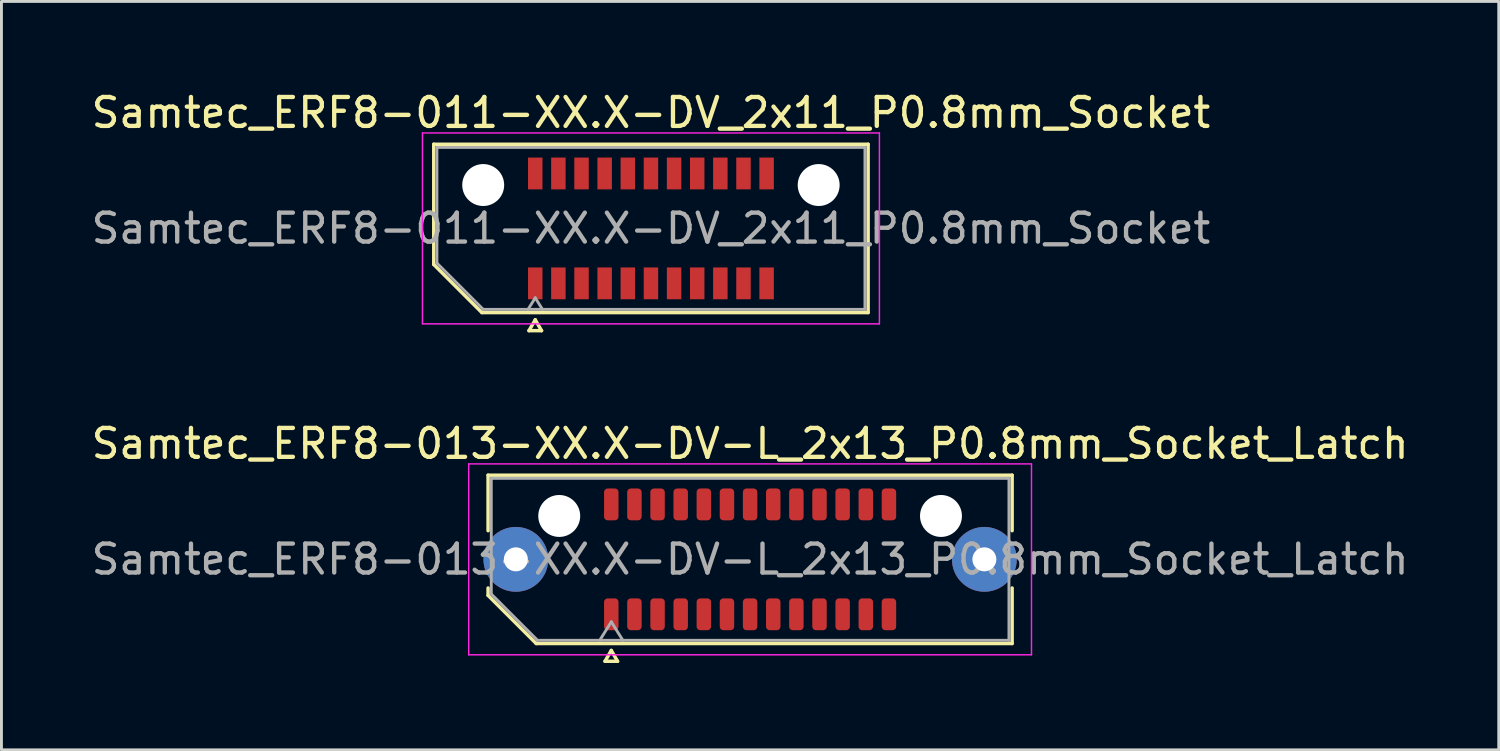
<source format=kicad_pcb>
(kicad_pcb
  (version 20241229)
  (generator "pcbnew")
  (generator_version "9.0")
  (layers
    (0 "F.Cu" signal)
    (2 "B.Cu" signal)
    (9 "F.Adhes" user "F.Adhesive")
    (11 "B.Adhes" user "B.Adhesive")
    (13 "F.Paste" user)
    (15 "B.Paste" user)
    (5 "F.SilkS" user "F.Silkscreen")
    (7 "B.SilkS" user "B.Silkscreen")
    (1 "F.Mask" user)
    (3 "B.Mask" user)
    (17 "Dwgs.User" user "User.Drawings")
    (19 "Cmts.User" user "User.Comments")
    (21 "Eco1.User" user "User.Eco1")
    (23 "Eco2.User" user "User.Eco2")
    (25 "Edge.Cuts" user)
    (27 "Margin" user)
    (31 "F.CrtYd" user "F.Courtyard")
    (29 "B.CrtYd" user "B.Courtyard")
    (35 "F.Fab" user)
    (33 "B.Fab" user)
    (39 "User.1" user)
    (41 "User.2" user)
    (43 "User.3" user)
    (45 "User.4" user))
  (footprint "Samtec_ERF8-013-XX.X-DV-L_2x13_P0.8mm_Socket_Latch"
    (layer "F.Cu")
    (at 22.887 16.291)
    (property "Reference" "Samtec_ERF8-013-XX.X-DV-L_2x13_P0.8mm_Socket_Latch" (at 0 -4 0) (layer "F.SilkS") (effects (font (size 1 1) (thickness 0.15))))
    (attr smd)
    (fp_line (start -9.06 -2.91) (end 9.06 -2.91) (stroke (width 0.12) (type solid)) (layer "F.SilkS"))
    (fp_line (start -9.06 -0.991) (end -9.06 -2.91) (stroke (width 0.12) (type solid)) (layer "F.SilkS"))
    (fp_line (start -9.06 1.246) (end -9.06 0.991) (stroke (width 0.12) (type solid)) (layer "F.SilkS"))
    (fp_line (start -7.396 2.91) (end -9.06 1.246) (stroke (width 0.12) (type solid)) (layer "F.SilkS"))
    (fp_line (start -5.017 3.525) (end -4.8 3.15) (stroke (width 0.12) (type solid)) (layer "F.SilkS"))
    (fp_line (start -4.8 3.15) (end -4.583 3.525) (stroke (width 0.12) (type solid)) (layer "F.SilkS"))
    (fp_line (start -4.583 3.525) (end -5.017 3.525) (stroke (width 0.12) (type solid)) (layer "F.SilkS"))
    (fp_line (start 9.06 -2.91) (end 9.06 -0.991) (stroke (width 0.12) (type solid)) (layer "F.SilkS"))
    (fp_line (start 9.06 0.991) (end 9.06 2.91) (stroke (width 0.12) (type solid)) (layer "F.SilkS"))
    (fp_line (start 9.06 2.91) (end -7.396 2.91) (stroke (width 0.12) (type solid)) (layer "F.SilkS"))
    (fp_line (start -9.73 -3.3) (end -9.73 3.3) (stroke (width 0.05) (type solid)) (layer "F.CrtYd"))
    (fp_line (start -9.73 3.3) (end 9.73 3.3) (stroke (width 0.05) (type solid)) (layer "F.CrtYd"))
    (fp_line (start 9.73 -3.3) (end -9.73 -3.3) (stroke (width 0.05) (type solid)) (layer "F.CrtYd"))
    (fp_line (start 9.73 3.3) (end 9.73 -3.3) (stroke (width 0.05) (type solid)) (layer "F.CrtYd"))
    (fp_line (start -8.95 -2.8) (end 8.95 -2.8) (stroke (width 0.1) (type solid)) (layer "F.Fab"))
    (fp_line (start -8.95 1.2) (end -8.95 -2.8) (stroke (width 0.1) (type solid)) (layer "F.Fab"))
    (fp_line (start -7.35 2.8) (end -8.95 1.2) (stroke (width 0.1) (type solid)) (layer "F.Fab"))
    (fp_line (start -5.2 2.8) (end -4.8 2.16) (stroke (width 0.1) (type solid)) (layer "F.Fab"))
    (fp_line (start -4.8 2.16) (end -4.4 2.8) (stroke (width 0.1) (type solid)) (layer "F.Fab"))
    (fp_line (start 8.95 -2.8) (end 8.95 2.8) (stroke (width 0.1) (type solid)) (layer "F.Fab"))
    (fp_line (start 8.95 2.8) (end -7.35 2.8) (stroke (width 0.1) (type solid)) (layer "F.Fab"))
    (fp_text user "${REFERENCE}" (at 0 0 0) (layer "F.Fab") (effects (font (size 1 1) (thickness 0.15))))
    (pad "" thru_hole circle (at -8.1 0) (size 2.24 2.24) (drill 0.83) (layers "*.Cu" "*.Mask" "F.Paste"))
    (pad "" np_thru_hole circle (at -6.6 -1.5) (size 1.45 1.45) (drill 1.45) (layers "*.Cu" "*.Mask"))
    (pad "" np_thru_hole circle (at 6.6 -1.5) (size 1.45 1.45) (drill 1.45) (layers "*.Cu" "*.Mask"))
    (pad "" thru_hole circle (at 8.1 0) (size 2.24 2.24) (drill 0.83) (layers "*.Cu" "*.Mask" "F.Paste"))
    (pad "1" smd roundrect (at -4.8 1.9) (size 0.5 1.1) (layers "F.Cu" "F.Mask" "F.Paste") (roundrect_rratio 0.25))
    (pad "2" smd roundrect (at -4.8 -1.9) (size 0.5 1.1) (layers "F.Cu" "F.Mask" "F.Paste") (roundrect_rratio 0.25))
    (pad "3" smd roundrect (at -4 1.9) (size 0.5 1.1) (layers "F.Cu" "F.Mask" "F.Paste") (roundrect_rratio 0.25))
    (pad "4" smd roundrect (at -4 -1.9) (size 0.5 1.1) (layers "F.Cu" "F.Mask" "F.Paste") (roundrect_rratio 0.25))
    (pad "5" smd roundrect (at -3.2 1.9) (size 0.5 1.1) (layers "F.Cu" "F.Mask" "F.Paste") (roundrect_rratio 0.25))
    (pad "6" smd roundrect (at -3.2 -1.9) (size 0.5 1.1) (layers "F.Cu" "F.Mask" "F.Paste") (roundrect_rratio 0.25))
    (pad "7" smd roundrect (at -2.4 1.9) (size 0.5 1.1) (layers "F.Cu" "F.Mask" "F.Paste") (roundrect_rratio 0.25))
    (pad "8" smd roundrect (at -2.4 -1.9) (size 0.5 1.1) (layers "F.Cu" "F.Mask" "F.Paste") (roundrect_rratio 0.25))
    (pad "9" smd roundrect (at -1.6 1.9) (size 0.5 1.1) (layers "F.Cu" "F.Mask" "F.Paste") (roundrect_rratio 0.25))
    (pad "10" smd roundrect (at -1.6 -1.9) (size 0.5 1.1) (layers "F.Cu" "F.Mask" "F.Paste") (roundrect_rratio 0.25))
    (pad "11" smd roundrect (at -0.8 1.9) (size 0.5 1.1) (layers "F.Cu" "F.Mask" "F.Paste") (roundrect_rratio 0.25))
    (pad "12" smd roundrect (at -0.8 -1.9) (size 0.5 1.1) (layers "F.Cu" "F.Mask" "F.Paste") (roundrect_rratio 0.25))
    (pad "13" smd roundrect (at 0 1.9) (size 0.5 1.1) (layers "F.Cu" "F.Mask" "F.Paste") (roundrect_rratio 0.25))
    (pad "14" smd roundrect (at 0 -1.9) (size 0.5 1.1) (layers "F.Cu" "F.Mask" "F.Paste") (roundrect_rratio 0.25))
    (pad "15" smd roundrect (at 0.8 1.9) (size 0.5 1.1) (layers "F.Cu" "F.Mask" "F.Paste") (roundrect_rratio 0.25))
    (pad "16" smd roundrect (at 0.8 -1.9) (size 0.5 1.1) (layers "F.Cu" "F.Mask" "F.Paste") (roundrect_rratio 0.25))
    (pad "17" smd roundrect (at 1.6 1.9) (size 0.5 1.1) (layers "F.Cu" "F.Mask" "F.Paste") (roundrect_rratio 0.25))
    (pad "18" smd roundrect (at 1.6 -1.9) (size 0.5 1.1) (layers "F.Cu" "F.Mask" "F.Paste") (roundrect_rratio 0.25))
    (pad "19" smd roundrect (at 2.4 1.9) (size 0.5 1.1) (layers "F.Cu" "F.Mask" "F.Paste") (roundrect_rratio 0.25))
    (pad "20" smd roundrect (at 2.4 -1.9) (size 0.5 1.1) (layers "F.Cu" "F.Mask" "F.Paste") (roundrect_rratio 0.25))
    (pad "21" smd roundrect (at 3.2 1.9) (size 0.5 1.1) (layers "F.Cu" "F.Mask" "F.Paste") (roundrect_rratio 0.25))
    (pad "22" smd roundrect (at 3.2 -1.9) (size 0.5 1.1) (layers "F.Cu" "F.Mask" "F.Paste") (roundrect_rratio 0.25))
    (pad "23" smd roundrect (at 4 1.9) (size 0.5 1.1) (layers "F.Cu" "F.Mask" "F.Paste") (roundrect_rratio 0.25))
    (pad "24" smd roundrect (at 4 -1.9) (size 0.5 1.1) (layers "F.Cu" "F.Mask" "F.Paste") (roundrect_rratio 0.25))
    (pad "25" smd roundrect (at 4.8 1.9) (size 0.5 1.1) (layers "F.Cu" "F.Mask" "F.Paste") (roundrect_rratio 0.25))
    (pad "26" smd roundrect (at 4.8 -1.9) (size 0.5 1.1) (layers "F.Cu" "F.Mask" "F.Paste") (roundrect_rratio 0.25)))
  (footprint "Samtec_ERF8-011-XX.X-DV_2x11_P0.8mm_Socket"
    (layer "F.Cu")
    (at 19.458 4.848)
    (property "Reference" "Samtec_ERF8-011-XX.X-DV_2x11_P0.8mm_Socket" (at 0 -4 0) (layer "F.SilkS") (effects (font (size 1 1) (thickness 0.15))))
    (attr smd)
    (fp_line (start -7.51 -2.91) (end 7.51 -2.91) (stroke (width 0.12) (type solid)) (layer "F.SilkS"))
    (fp_line (start -7.51 1.246) (end -7.51 -2.91) (stroke (width 0.12) (type solid)) (layer "F.SilkS"))
    (fp_line (start -5.846 2.91) (end -7.51 1.246) (stroke (width 0.12) (type solid)) (layer "F.SilkS"))
    (fp_line (start -4.217 3.535) (end -4 3.16) (stroke (width 0.12) (type solid)) (layer "F.SilkS"))
    (fp_line (start -4 3.16) (end -3.783 3.535) (stroke (width 0.12) (type solid)) (layer "F.SilkS"))
    (fp_line (start -3.783 3.535) (end -4.217 3.535) (stroke (width 0.12) (type solid)) (layer "F.SilkS"))
    (fp_line (start 7.51 -2.91) (end 7.51 2.91) (stroke (width 0.12) (type solid)) (layer "F.SilkS"))
    (fp_line (start 7.51 2.91) (end -5.846 2.91) (stroke (width 0.12) (type solid)) (layer "F.SilkS"))
    (fp_line (start -7.9 -3.3) (end -7.9 3.3) (stroke (width 0.05) (type solid)) (layer "F.CrtYd"))
    (fp_line (start -7.9 3.3) (end 7.9 3.3) (stroke (width 0.05) (type solid)) (layer "F.CrtYd"))
    (fp_line (start 7.9 -3.3) (end -7.9 -3.3) (stroke (width 0.05) (type solid)) (layer "F.CrtYd"))
    (fp_line (start 7.9 3.3) (end 7.9 -3.3) (stroke (width 0.05) (type solid)) (layer "F.CrtYd"))
    (fp_line (start -7.4 -2.8) (end 7.4 -2.8) (stroke (width 0.1) (type solid)) (layer "F.Fab"))
    (fp_line (start -7.4 1.2) (end -7.4 -2.8) (stroke (width 0.1) (type solid)) (layer "F.Fab"))
    (fp_line (start -5.8 2.8) (end -7.4 1.2) (stroke (width 0.1) (type solid)) (layer "F.Fab"))
    (fp_line (start -4 2.4) (end -4.25 2.8) (stroke (width 0.1) (type solid)) (layer "F.Fab"))
    (fp_line (start -4 2.4) (end -3.75 2.8) (stroke (width 0.1) (type solid)) (layer "F.Fab"))
    (fp_line (start 7.4 -2.8) (end 7.4 2.8) (stroke (width 0.1) (type solid)) (layer "F.Fab"))
    (fp_line (start 7.4 2.8) (end -5.8 2.8) (stroke (width 0.1) (type solid)) (layer "F.Fab"))
    (fp_text user "${REFERENCE}" (at 0 0 0) (layer "F.Fab") (effects (font (size 1 1) (thickness 0.15))))
    (pad "" np_thru_hole circle (at -5.8 -1.5) (size 1.45 1.45) (drill 1.45) (layers "*.Cu" "*.Mask"))
    (pad "" np_thru_hole circle (at 5.8 -1.5) (size 1.45 1.45) (drill 1.45) (layers "*.Cu" "*.Mask"))
    (pad "1" smd rect (at -4 1.9) (size 0.5 1.1) (layers "F.Cu" "F.Mask" "F.Paste"))
    (pad "2" smd rect (at -4 -1.9) (size 0.5 1.1) (layers "F.Cu" "F.Mask" "F.Paste"))
    (pad "3" smd rect (at -3.2 1.9) (size 0.5 1.1) (layers "F.Cu" "F.Mask" "F.Paste"))
    (pad "4" smd rect (at -3.2 -1.9) (size 0.5 1.1) (layers "F.Cu" "F.Mask" "F.Paste"))
    (pad "5" smd rect (at -2.4 1.9) (size 0.5 1.1) (layers "F.Cu" "F.Mask" "F.Paste"))
    (pad "6" smd rect (at -2.4 -1.9) (size 0.5 1.1) (layers "F.Cu" "F.Mask" "F.Paste"))
    (pad "7" smd rect (at -1.6 1.9) (size 0.5 1.1) (layers "F.Cu" "F.Mask" "F.Paste"))
    (pad "8" smd rect (at -1.6 -1.9) (size 0.5 1.1) (layers "F.Cu" "F.Mask" "F.Paste"))
    (pad "9" smd rect (at -0.8 1.9) (size 0.5 1.1) (layers "F.Cu" "F.Mask" "F.Paste"))
    (pad "10" smd rect (at -0.8 -1.9) (size 0.5 1.1) (layers "F.Cu" "F.Mask" "F.Paste"))
    (pad "11" smd rect (at 0 1.9) (size 0.5 1.1) (layers "F.Cu" "F.Mask" "F.Paste"))
    (pad "12" smd rect (at 0 -1.9) (size 0.5 1.1) (layers "F.Cu" "F.Mask" "F.Paste"))
    (pad "13" smd rect (at 0.8 1.9) (size 0.5 1.1) (layers "F.Cu" "F.Mask" "F.Paste"))
    (pad "14" smd rect (at 0.8 -1.9) (size 0.5 1.1) (layers "F.Cu" "F.Mask" "F.Paste"))
    (pad "15" smd rect (at 1.6 1.9) (size 0.5 1.1) (layers "F.Cu" "F.Mask" "F.Paste"))
    (pad "16" smd rect (at 1.6 -1.9) (size 0.5 1.1) (layers "F.Cu" "F.Mask" "F.Paste"))
    (pad "17" smd rect (at 2.4 1.9) (size 0.5 1.1) (layers "F.Cu" "F.Mask" "F.Paste"))
    (pad "18" smd rect (at 2.4 -1.9) (size 0.5 1.1) (layers "F.Cu" "F.Mask" "F.Paste"))
    (pad "19" smd rect (at 3.2 1.9) (size 0.5 1.1) (layers "F.Cu" "F.Mask" "F.Paste"))
    (pad "20" smd rect (at 3.2 -1.9) (size 0.5 1.1) (layers "F.Cu" "F.Mask" "F.Paste"))
    (pad "21" smd rect (at 4 1.9) (size 0.5 1.1) (layers "F.Cu" "F.Mask" "F.Paste"))
    (pad "22" smd rect (at 4 -1.9) (size 0.5 1.1) (layers "F.Cu" "F.Mask" "F.Paste")))
  (gr_rect
    (start -3 -3)
    (end 48.774 22.877)
    (stroke (width 0.1) (type default))
    (fill no)
    (layer "Edge.Cuts")))
</source>
